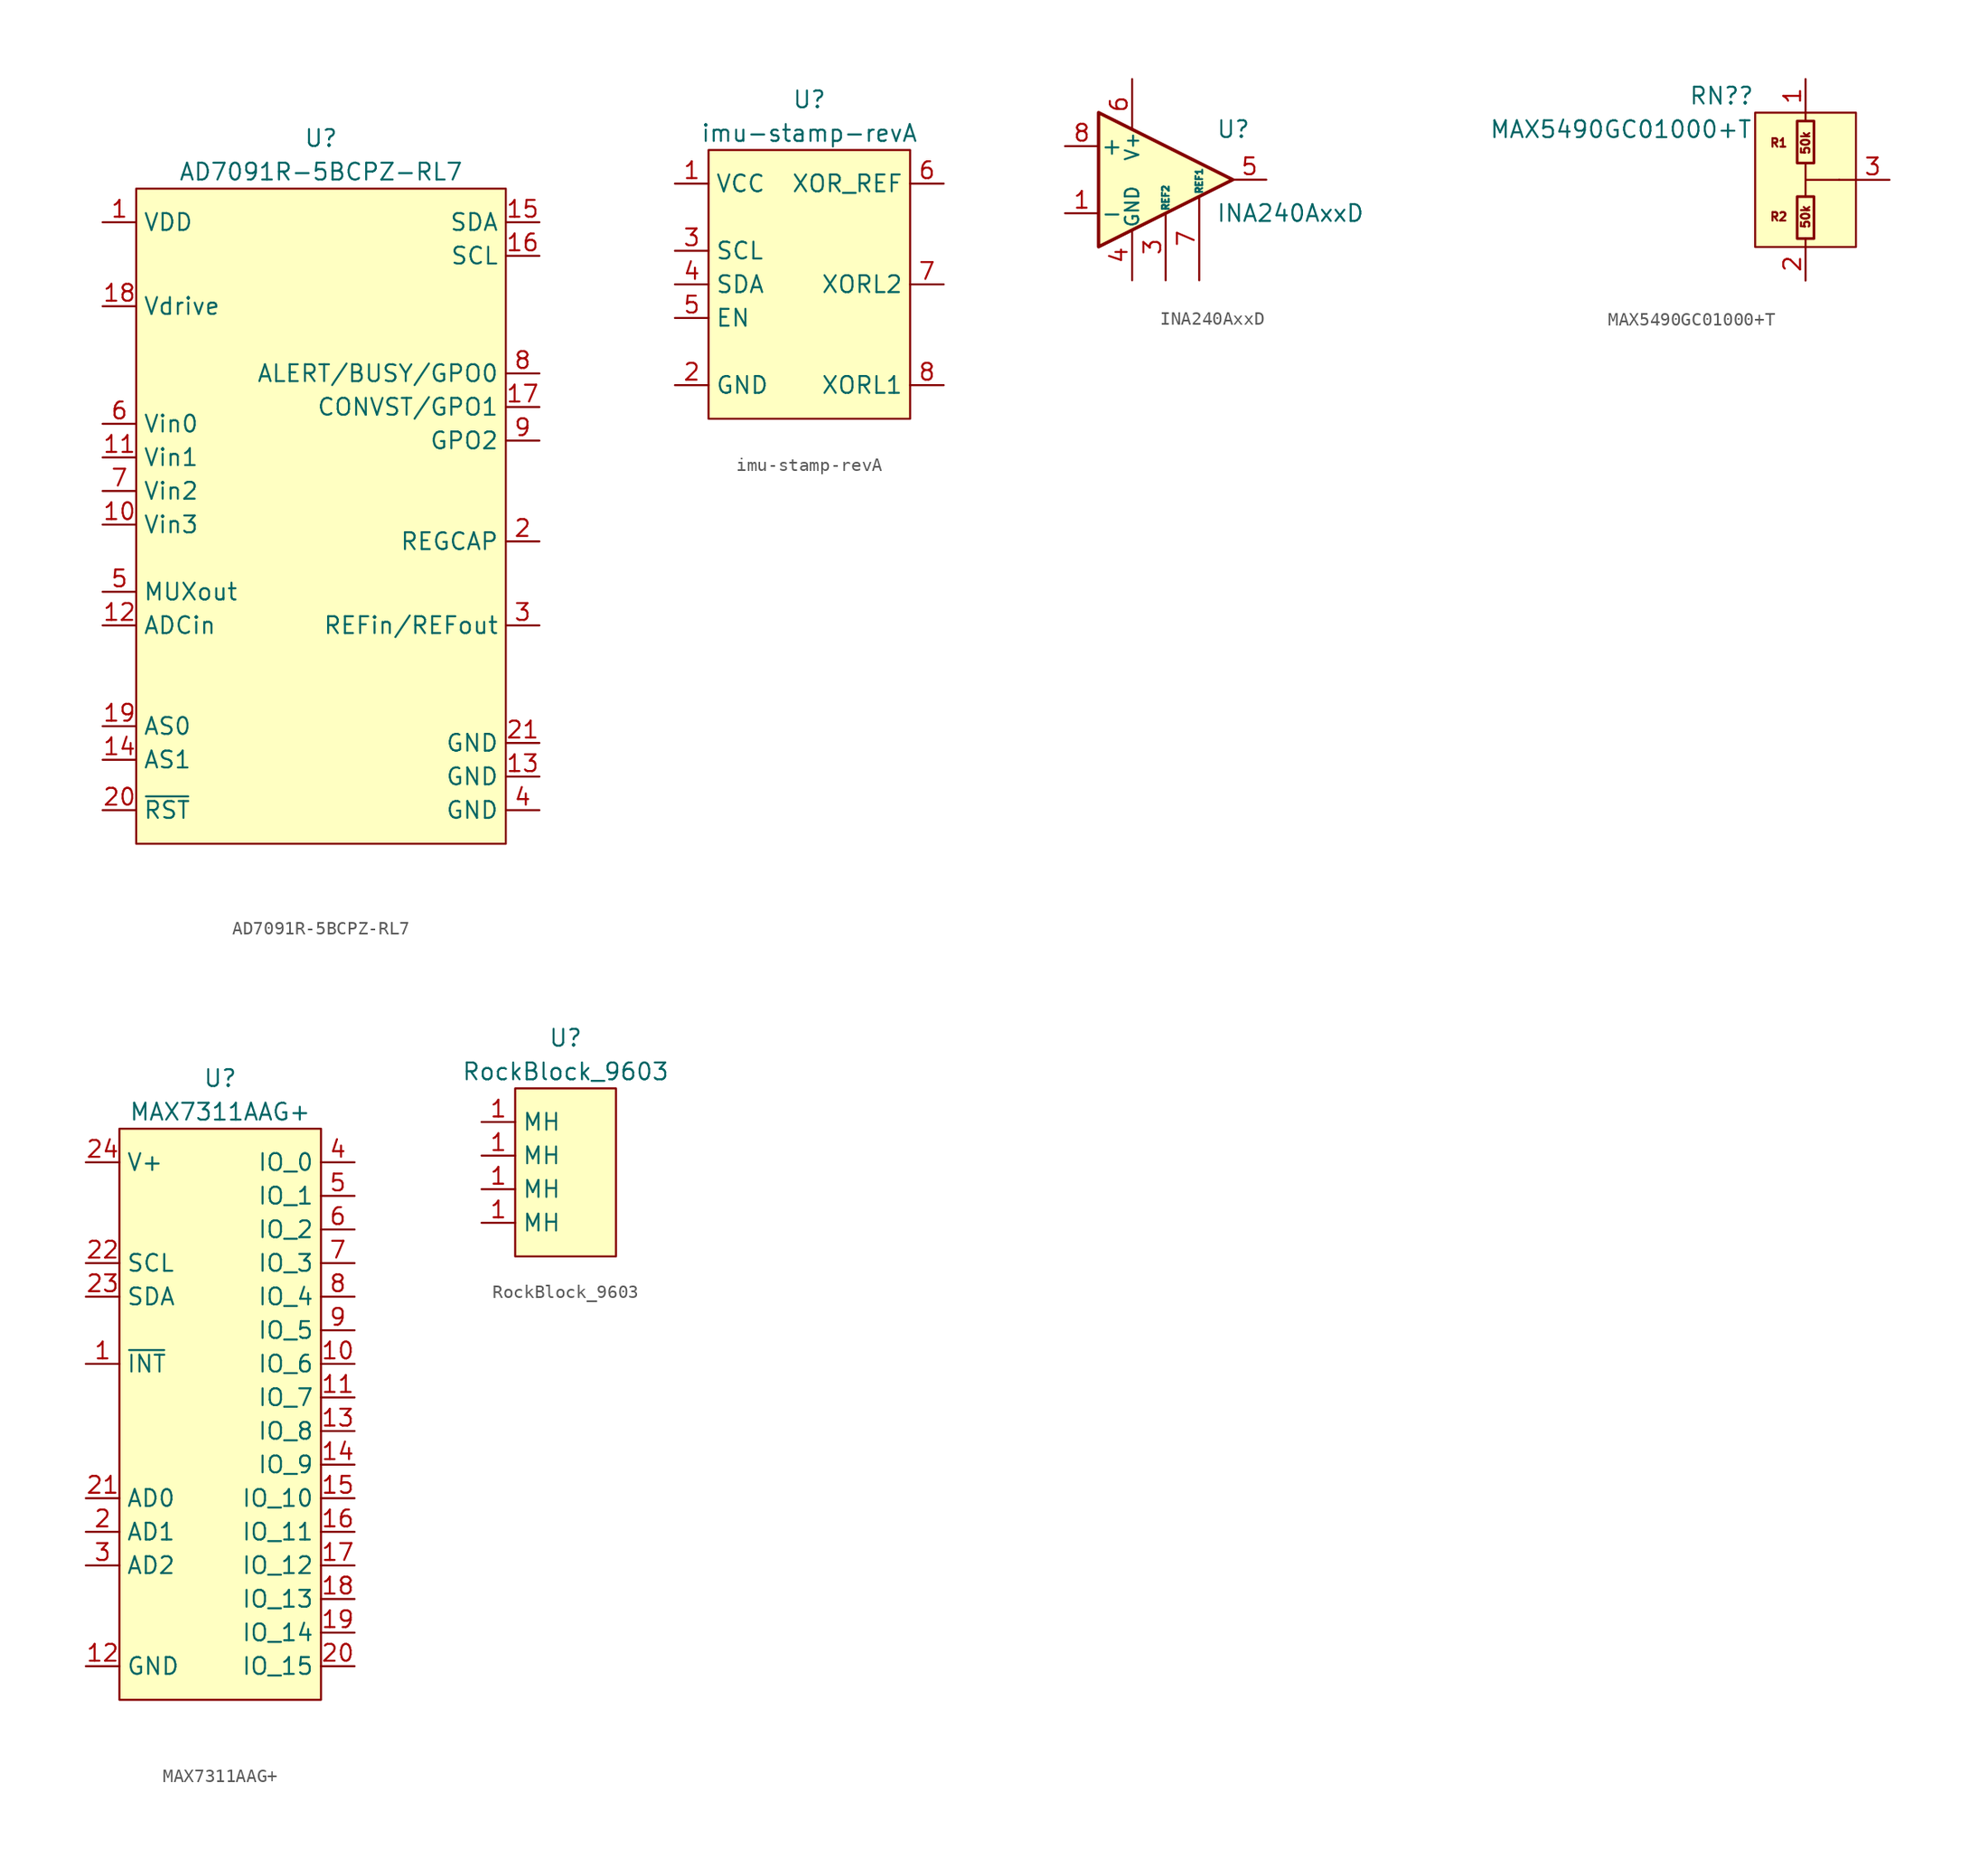
<source format=kicad_sym>
(kicad_symbol_lib
  (version 20220914)
  (generator kicad_symbol_editor)
  (symbol "AD7091R-5BCPZ-RL7"
    (property "Reference" "U"
      (at 0 3.81 0)
      (effects (font (size 1.27 1.27))))
    (property "Value" "AD7091R-5BCPZ-RL7"
      (at 0 1.27 0)
      (effects (font (size 1.27 1.27))))
    (symbol "AD7091R-5BCPZ-RL7_0_0"
      (pin unspecified line (at -16.51 -2.54 0) (length 2.54) (name "VDD" (effects (font (size 1.27 1.27)))) (number "1" (effects (font (size 1.27 1.27)))))
      (pin unspecified line (at -16.51 -25.4 0) (length 2.54) (name "Vin3" (effects (font (size 1.27 1.27)))) (number "10" (effects (font (size 1.27 1.27)))))
      (pin unspecified line (at -16.51 -20.32 0) (length 2.54) (name "Vin1" (effects (font (size 1.27 1.27)))) (number "11" (effects (font (size 1.27 1.27)))))
      (pin unspecified line (at -16.51 -33.02 0) (length 2.54) (name "ADCin" (effects (font (size 1.27 1.27)))) (number "12" (effects (font (size 1.27 1.27)))))
      (pin unspecified line (at 16.51 -44.45 180) (length 2.54) (name "GND" (effects (font (size 1.27 1.27)))) (number "13" (effects (font (size 1.27 1.27)))))
      (pin unspecified line (at -16.51 -43.18 0) (length 2.54) (name "AS1" (effects (font (size 1.27 1.27)))) (number "14" (effects (font (size 1.27 1.27)))))
      (pin unspecified line (at 16.51 -2.54 180) (length 2.54) (name "SDA" (effects (font (size 1.27 1.27)))) (number "15" (effects (font (size 1.27 1.27)))))
      (pin unspecified line (at 16.51 -5.08 180) (length 2.54) (name "SCL" (effects (font (size 1.27 1.27)))) (number "16" (effects (font (size 1.27 1.27)))))
      (pin unspecified line (at 16.51 -16.51 180) (length 2.54) (name "CONVST/GPO1" (effects (font (size 1.27 1.27)))) (number "17" (effects (font (size 1.27 1.27)))))
      (pin unspecified line (at -16.51 -8.89 0) (length 2.54) (name "Vdrive" (effects (font (size 1.27 1.27)))) (number "18" (effects (font (size 1.27 1.27)))))
      (pin unspecified line (at -16.51 -40.64 0) (length 2.54) (name "AS0" (effects (font (size 1.27 1.27)))) (number "19" (effects (font (size 1.27 1.27)))))
      (pin unspecified line (at 16.51 -26.67 180) (length 2.54) (name "REGCAP" (effects (font (size 1.27 1.27)))) (number "2" (effects (font (size 1.27 1.27)))))
      (pin unspecified line (at -16.51 -46.99 0) (length 2.54) (name "~{RST}" (effects (font (size 1.27 1.27)))) (number "20" (effects (font (size 1.27 1.27)))))
      (pin unspecified line (at 16.51 -41.91 180) (length 2.54) (name "GND" (effects (font (size 1.27 1.27)))) (number "21" (effects (font (size 1.27 1.27)))))
      (pin unspecified line (at 16.51 -33.02 180) (length 2.54) (name "REFin/REFout" (effects (font (size 1.27 1.27)))) (number "3" (effects (font (size 1.27 1.27)))))
      (pin unspecified line (at 16.51 -46.99 180) (length 2.54) (name "GND" (effects (font (size 1.27 1.27)))) (number "4" (effects (font (size 1.27 1.27)))))
      (pin unspecified line (at -16.51 -30.48 0) (length 2.54) (name "MUXout" (effects (font (size 1.27 1.27)))) (number "5" (effects (font (size 1.27 1.27)))))
      (pin unspecified line (at -16.51 -17.78 0) (length 2.54) (name "Vin0" (effects (font (size 1.27 1.27)))) (number "6" (effects (font (size 1.27 1.27)))))
      (pin unspecified line (at -16.51 -22.86 0) (length 2.54) (name "Vin2" (effects (font (size 1.27 1.27)))) (number "7" (effects (font (size 1.27 1.27)))))
      (pin unspecified line (at 16.51 -13.97 180) (length 2.54) (name "ALERT/BUSY/GPO0" (effects (font (size 1.27 1.27)))) (number "8" (effects (font (size 1.27 1.27)))))
      (pin unspecified line (at 16.51 -19.05 180) (length 2.54) (name "GPO2" (effects (font (size 1.27 1.27)))) (number "9" (effects (font (size 1.27 1.27))))))
    (symbol "AD7091R-5BCPZ-RL7_0_1"
      (rectangle (start -13.97 0) (end 13.97 -49.53) (stroke (width 0) (type default)) (fill (type background)))))
  (symbol "imu-stamp-revA"
    (property "Reference" "U"
      (at 0 3.81 0)
      (effects (font (size 1.27 1.27))))
    (property "Value" "imu-stamp-revA"
      (at 0 1.27 0)
      (effects (font (size 1.27 1.27))))
    (symbol "imu-stamp-revA_0_0"
      (pin unspecified line (at -10.16 -2.54 0) (length 2.54) (name "VCC" (effects (font (size 1.27 1.27)))) (number "1" (effects (font (size 1.27 1.27)))))
      (pin unspecified line (at -10.16 -17.78 0) (length 2.54) hide (name "GND" (effects (font (size 1.27 1.27)))) (number "10" (effects (font (size 1.27 1.27)))))
      (pin unspecified line (at -10.16 -17.78 0) (length 2.54) (name "GND" (effects (font (size 1.27 1.27)))) (number "2" (effects (font (size 1.27 1.27)))))
      (pin unspecified line (at -10.16 -7.62 0) (length 2.54) (name "SCL" (effects (font (size 1.27 1.27)))) (number "3" (effects (font (size 1.27 1.27)))))
      (pin unspecified line (at -10.16 -10.16 0) (length 2.54) (name "SDA" (effects (font (size 1.27 1.27)))) (number "4" (effects (font (size 1.27 1.27)))))
      (pin unspecified line (at -10.16 -12.7 0) (length 2.54) (name "EN" (effects (font (size 1.27 1.27)))) (number "5" (effects (font (size 1.27 1.27)))))
      (pin unspecified line (at 10.16 -2.54 180) (length 2.54) (name "XOR_REF" (effects (font (size 1.27 1.27)))) (number "6" (effects (font (size 1.27 1.27)))))
      (pin unspecified line (at 10.16 -10.16 180) (length 2.54) (name "XORL2" (effects (font (size 1.27 1.27)))) (number "7" (effects (font (size 1.27 1.27)))))
      (pin unspecified line (at 10.16 -17.78 180) (length 2.54) (name "XORL1" (effects (font (size 1.27 1.27)))) (number "8" (effects (font (size 1.27 1.27)))))
      (pin unspecified line (at -10.16 -17.78 0) (length 2.54) hide (name "GND" (effects (font (size 1.27 1.27)))) (number "9" (effects (font (size 1.27 1.27))))))
    (symbol "imu-stamp-revA_0_1"
      (rectangle (start -7.62 0) (end 7.62 -20.32) (stroke (width 0) (type default)) (fill (type background)))))
  (symbol "INA240AxxD"
    (pin_names
      (offset 0.127))
    (property "Reference" "U"
      (at 3.81 3.81 0)
      (effects (font (size 1.27 1.27)) (justify left)))
    (property "Value" "INA240AxxD"
      (at 3.81 -2.54 0)
      (effects (font (size 1.27 1.27)) (justify left)))
    (symbol "INA240AxxD_0_1"
      (polyline (pts (xy 5.08 0) (xy -5.08 5.08) (xy -5.08 -5.08) (xy 5.08 0)) (stroke (width 0.254) (type default)) (fill (type background))))
    (symbol "INA240AxxD_1_1"
      (pin input line (at -7.62 -2.54 0) (length 2.54) (name "-" (effects (font (size 1.27 1.27)))) (number "1" (effects (font (size 1.27 1.27)))))
      (pin passive line (at -2.54 -7.62 90) (length 3.81) hide (name "GND" (effects (font (size 1.016 1.016)))) (number "2" (effects (font (size 1.27 1.27)))))
      (pin passive line (at 0 -7.62 90) (length 5.08) (name "REF2" (effects (font (size 0.508 0.508)))) (number "3" (effects (font (size 1.27 1.27)))))
      (pin power_in line (at -2.54 -7.62 90) (length 3.81) (name "GND" (effects (font (size 1.016 1.016)))) (number "4" (effects (font (size 1.27 1.27)))))
      (pin output line (at 7.62 0 180) (length 2.54) (name "~" (effects (font (size 1.27 1.27)))) (number "5" (effects (font (size 1.27 1.27)))))
      (pin power_in line (at -2.54 7.62 270) (length 3.81) (name "V+" (effects (font (size 1.016 1.016)))) (number "6" (effects (font (size 1.27 1.27)))))
      (pin passive line (at 2.54 -7.62 90) (length 6.35) (name "REF1" (effects (font (size 0.508 0.508)))) (number "7" (effects (font (size 1.27 1.27)))))
      (pin input line (at -7.62 2.54 0) (length 2.54) (name "+" (effects (font (size 1.27 1.27)))) (number "8" (effects (font (size 1.27 1.27)))))))
  (symbol "MAX5490GC01000+T"
    (property "Reference" "RN?"
      (at -6.35 -1.27 0)
      (effects (font (size 1.27 1.27))))
    (property "Value" "MAX5490GC01000+T"
      (at -13.97 -3.81 0)
      (effects (font (size 1.27 1.27))))
    (symbol "MAX5490GC01000+T_0_0"
      (text "50k" (at 0 -10.414 900) (effects (font (size 0.635 0.635))))
      (text "50k" (at 0 -4.826 900) (effects (font (size 0.635 0.635))))
      (text "R1" (at -2.032 -4.826 0) (effects (font (size 0.635 0.635))))
      (text "R2" (at -2.032 -10.414 0) (effects (font (size 0.635 0.635)))))
    (symbol "MAX5490GC01000+T_0_1"
      (rectangle (start -3.81 -2.54) (end 3.81 -12.7) (stroke (width 0) (type default)) (fill (type background)))
      (rectangle (start -0.635 -8.89) (end 0.635 -12.065) (stroke (width 0.203) (type default)) (fill (type none)))
      (rectangle (start -0.635 -3.175) (end 0.635 -6.35) (stroke (width 0.203) (type default)) (fill (type none)))
      (polyline (pts (xy 0 -12.065) (xy 0 -12.7)) (stroke (width 0) (type default)) (fill (type none)))
      (polyline (pts (xy 0 -3.175) (xy 0 -2.54)) (stroke (width 0) (type default)) (fill (type none)))
      (polyline (pts (xy 2.54 -7.62) (xy 3.81 -7.62)) (stroke (width 0) (type default)) (fill (type none)))
      (polyline (pts (xy 0 -8.89) (xy 0 -6.35) (xy 0 -7.62) (xy 2.54 -7.62)) (stroke (width 0) (type default)) (fill (type none))))
    (symbol "MAX5490GC01000+T_1_1"
      (pin input line (at 0 0 270) (length 2.54) (name "" (effects (font (size 1.27 1.27)))) (number "1" (effects (font (size 1.27 1.27)))))
      (pin input line (at 0 -15.24 90) (length 2.54) (name "" (effects (font (size 1.27 1.27)))) (number "2" (effects (font (size 1.27 1.27)))))
      (pin input line (at 6.35 -7.62 180) (length 2.54) (name "" (effects (font (size 1.27 1.27)))) (number "3" (effects (font (size 1.27 1.27)))))))
  (symbol "MAX7311AAG+"
    (property "Reference" "U"
      (at 0 3.81 0)
      (effects (font (size 1.27 1.27))))
    (property "Value" "MAX7311AAG+"
      (at 0 1.27 0)
      (effects (font (size 1.27 1.27))))
    (symbol "MAX7311AAG+_0_0"
      (pin unspecified line (at -10.16 -17.78 0) (length 2.54) (name "~{INT}" (effects (font (size 1.27 1.27)))) (number "1" (effects (font (size 1.27 1.27)))))
      (pin unspecified line (at 10.16 -17.78 180) (length 2.54) (name "IO_6" (effects (font (size 1.27 1.27)))) (number "10" (effects (font (size 1.27 1.27)))))
      (pin unspecified line (at 10.16 -20.32 180) (length 2.54) (name "IO_7" (effects (font (size 1.27 1.27)))) (number "11" (effects (font (size 1.27 1.27)))))
      (pin unspecified line (at -10.16 -40.64 0) (length 2.54) (name "GND" (effects (font (size 1.27 1.27)))) (number "12" (effects (font (size 1.27 1.27)))))
      (pin unspecified line (at 10.16 -22.86 180) (length 2.54) (name "IO_8" (effects (font (size 1.27 1.27)))) (number "13" (effects (font (size 1.27 1.27)))))
      (pin unspecified line (at 10.16 -25.4 180) (length 2.54) (name "IO_9" (effects (font (size 1.27 1.27)))) (number "14" (effects (font (size 1.27 1.27)))))
      (pin unspecified line (at 10.16 -27.94 180) (length 2.54) (name "IO_10" (effects (font (size 1.27 1.27)))) (number "15" (effects (font (size 1.27 1.27)))))
      (pin unspecified line (at 10.16 -30.48 180) (length 2.54) (name "IO_11" (effects (font (size 1.27 1.27)))) (number "16" (effects (font (size 1.27 1.27)))))
      (pin unspecified line (at 10.16 -33.02 180) (length 2.54) (name "IO_12" (effects (font (size 1.27 1.27)))) (number "17" (effects (font (size 1.27 1.27)))))
      (pin unspecified line (at 10.16 -35.56 180) (length 2.54) (name "IO_13" (effects (font (size 1.27 1.27)))) (number "18" (effects (font (size 1.27 1.27)))))
      (pin unspecified line (at 10.16 -38.1 180) (length 2.54) (name "IO_14" (effects (font (size 1.27 1.27)))) (number "19" (effects (font (size 1.27 1.27)))))
      (pin unspecified line (at -10.16 -30.48 0) (length 2.54) (name "AD1" (effects (font (size 1.27 1.27)))) (number "2" (effects (font (size 1.27 1.27)))))
      (pin unspecified line (at 10.16 -40.64 180) (length 2.54) (name "IO_15" (effects (font (size 1.27 1.27)))) (number "20" (effects (font (size 1.27 1.27)))))
      (pin unspecified line (at -10.16 -27.94 0) (length 2.54) (name "AD0" (effects (font (size 1.27 1.27)))) (number "21" (effects (font (size 1.27 1.27)))))
      (pin unspecified line (at -10.16 -10.16 0) (length 2.54) (name "SCL" (effects (font (size 1.27 1.27)))) (number "22" (effects (font (size 1.27 1.27)))))
      (pin unspecified line (at -10.16 -12.7 0) (length 2.54) (name "SDA" (effects (font (size 1.27 1.27)))) (number "23" (effects (font (size 1.27 1.27)))))
      (pin unspecified line (at -10.16 -2.54 0) (length 2.54) (name "V+" (effects (font (size 1.27 1.27)))) (number "24" (effects (font (size 1.27 1.27)))))
      (pin unspecified line (at -10.16 -33.02 0) (length 2.54) (name "AD2" (effects (font (size 1.27 1.27)))) (number "3" (effects (font (size 1.27 1.27)))))
      (pin unspecified line (at 10.16 -2.54 180) (length 2.54) (name "IO_0" (effects (font (size 1.27 1.27)))) (number "4" (effects (font (size 1.27 1.27)))))
      (pin unspecified line (at 10.16 -5.08 180) (length 2.54) (name "IO_1" (effects (font (size 1.27 1.27)))) (number "5" (effects (font (size 1.27 1.27)))))
      (pin unspecified line (at 10.16 -7.62 180) (length 2.54) (name "IO_2" (effects (font (size 1.27 1.27)))) (number "6" (effects (font (size 1.27 1.27)))))
      (pin unspecified line (at 10.16 -10.16 180) (length 2.54) (name "IO_3" (effects (font (size 1.27 1.27)))) (number "7" (effects (font (size 1.27 1.27)))))
      (pin unspecified line (at 10.16 -12.7 180) (length 2.54) (name "IO_4" (effects (font (size 1.27 1.27)))) (number "8" (effects (font (size 1.27 1.27)))))
      (pin unspecified line (at 10.16 -15.24 180) (length 2.54) (name "IO_5" (effects (font (size 1.27 1.27)))) (number "9" (effects (font (size 1.27 1.27))))))
    (symbol "MAX7311AAG+_0_1"
      (rectangle (start -7.62 0) (end 7.62 -43.18) (stroke (width 0) (type default)) (fill (type background)))))
  (symbol "RockBlock_9603"
    (property "Reference" "U"
      (at 0 3.81 0)
      (effects (font (size 1.27 1.27))))
    (property "Value" "RockBlock_9603"
      (at 0 1.27 0)
      (effects (font (size 1.27 1.27))))
    (symbol "RockBlock_9603_0_1"
      (rectangle (start -3.81 0) (end 3.81 -12.7) (stroke (width 0) (type default)) (fill (type background))))
    (symbol "RockBlock_9603_1_1"
      (pin input line (at -6.35 -10.16 0) (length 2.54) (name "MH" (effects (font (size 1.27 1.27)))) (number "1" (effects (font (size 1.27 1.27)))))
      (pin input line (at -6.35 -7.62 0) (length 2.54) (name "MH" (effects (font (size 1.27 1.27)))) (number "1" (effects (font (size 1.27 1.27)))))
      (pin input line (at -6.35 -5.08 0) (length 2.54) (name "MH" (effects (font (size 1.27 1.27)))) (number "1" (effects (font (size 1.27 1.27)))))
      (pin input line (at -6.35 -2.54 0) (length 2.54) (name "MH" (effects (font (size 1.27 1.27)))) (number "1" (effects (font (size 1.27 1.27))))))))
</source>
